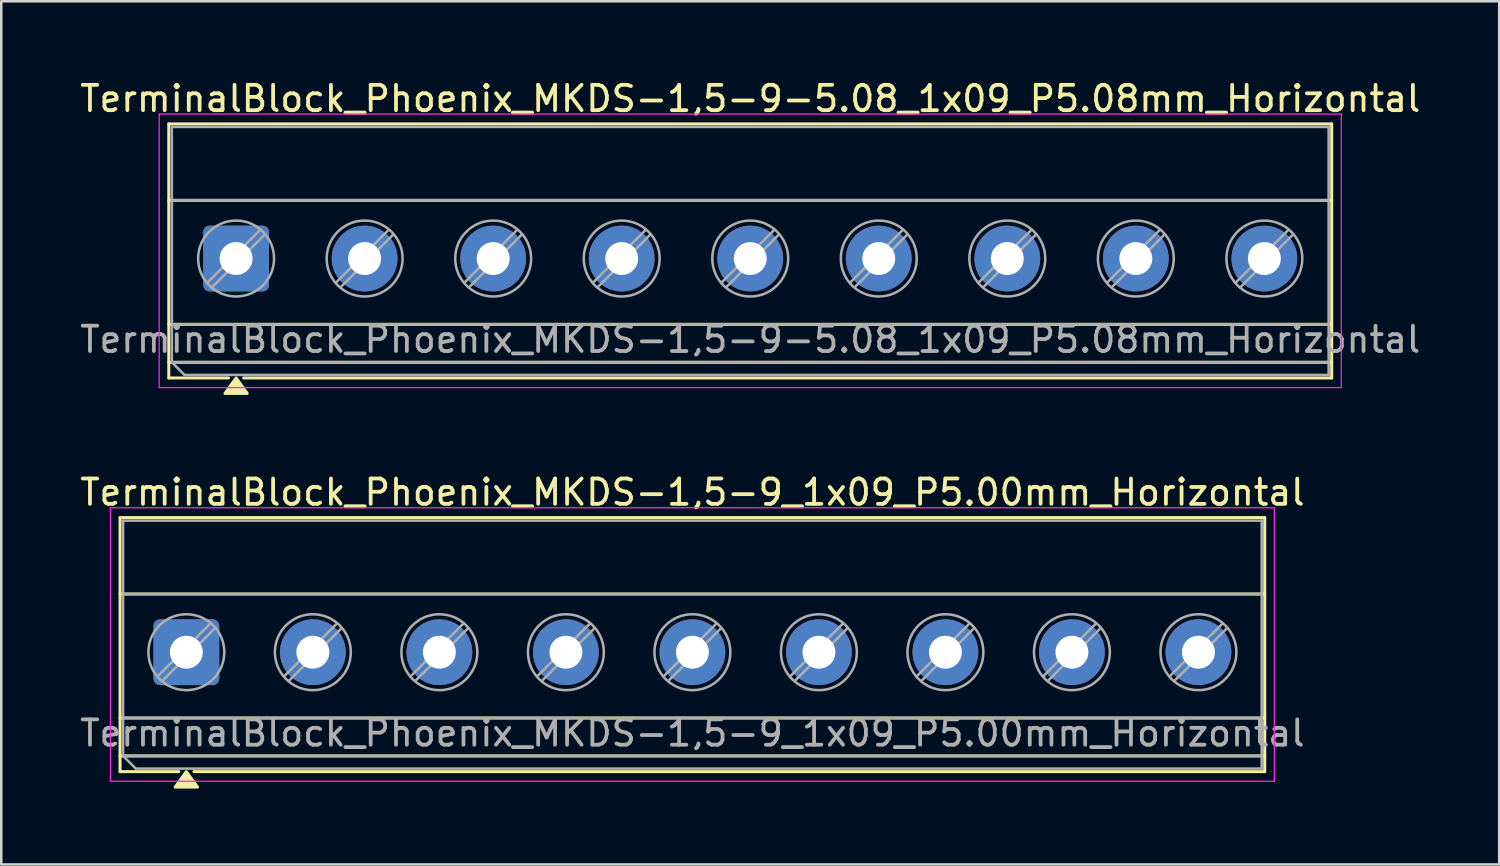
<source format=kicad_pcb>
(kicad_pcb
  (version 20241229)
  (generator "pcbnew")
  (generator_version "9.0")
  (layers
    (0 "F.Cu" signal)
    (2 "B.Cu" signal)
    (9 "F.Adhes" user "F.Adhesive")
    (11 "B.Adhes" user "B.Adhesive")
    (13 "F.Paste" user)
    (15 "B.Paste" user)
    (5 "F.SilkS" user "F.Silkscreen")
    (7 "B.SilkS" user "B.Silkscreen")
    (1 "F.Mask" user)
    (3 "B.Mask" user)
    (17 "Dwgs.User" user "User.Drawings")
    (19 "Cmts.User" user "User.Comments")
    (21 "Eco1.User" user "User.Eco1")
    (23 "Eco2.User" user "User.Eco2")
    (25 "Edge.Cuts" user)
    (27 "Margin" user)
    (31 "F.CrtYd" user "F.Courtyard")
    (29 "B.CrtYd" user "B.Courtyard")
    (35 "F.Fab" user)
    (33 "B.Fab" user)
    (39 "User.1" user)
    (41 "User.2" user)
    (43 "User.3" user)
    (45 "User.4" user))
  (footprint "TerminalBlock_Phoenix_MKDS-1,5-9-5.08_1x09_P5.08mm_Horizontal"
    (layer "F.Cu")
    (at 6.281 7.168)
    (property "Reference" "TerminalBlock_Phoenix_MKDS-1,5-9-5.08_1x09_P5.08mm_Horizontal" (at 20.32 -6.32 0) (layer "F.SilkS") (effects (font (size 1 1) (thickness 0.15))))
    (attr through_hole)
    (fp_line (start -2.66 -5.32) (end -2.66 4.72) (stroke (width 0.12) (type solid)) (layer "F.SilkS"))
    (fp_line (start -2.66 -5.32) (end 43.3 -5.32) (stroke (width 0.12) (type solid)) (layer "F.SilkS"))
    (fp_line (start -2.66 -2.3) (end 43.3 -2.3) (stroke (width 0.12) (type solid)) (layer "F.SilkS"))
    (fp_line (start -2.66 2.6) (end 43.3 2.6) (stroke (width 0.12) (type solid)) (layer "F.SilkS"))
    (fp_line (start -2.66 4.1) (end 43.3 4.1) (stroke (width 0.12) (type solid)) (layer "F.SilkS"))
    (fp_line (start -2.66 4.72) (end -0.3 4.72) (stroke (width 0.12) (type solid)) (layer "F.SilkS"))
    (fp_line (start 0.3 4.72) (end 43.3 4.72) (stroke (width 0.12) (type solid)) (layer "F.SilkS"))
    (fp_line (start 43.3 -5.32) (end 43.3 4.72) (stroke (width 0.12) (type solid)) (layer "F.SilkS"))
    (fp_poly (pts (xy 0 4.72) (xy 0.44 5.33) (xy -0.44 5.33)) (stroke (width 0.12) (type solid)) (fill yes) (layer "F.SilkS"))
    (fp_line (start -3.04 -5.71) (end -3.04 5.1) (stroke (width 0.05) (type solid)) (layer "F.CrtYd"))
    (fp_line (start -3.04 5.1) (end 43.68 5.1) (stroke (width 0.05) (type solid)) (layer "F.CrtYd"))
    (fp_line (start 43.68 -5.71) (end -3.04 -5.71) (stroke (width 0.05) (type solid)) (layer "F.CrtYd"))
    (fp_line (start 43.68 5.1) (end 43.68 -5.71) (stroke (width 0.05) (type solid)) (layer "F.CrtYd"))
    (fp_line (start -2.54 -5.2) (end 43.18 -5.2) (stroke (width 0.1) (type solid)) (layer "F.Fab"))
    (fp_line (start -2.54 -2.3) (end 43.18 -2.3) (stroke (width 0.1) (type solid)) (layer "F.Fab"))
    (fp_line (start -2.54 2.6) (end 43.18 2.6) (stroke (width 0.1) (type solid)) (layer "F.Fab"))
    (fp_line (start -2.54 4.1) (end -2.54 -5.2) (stroke (width 0.1) (type solid)) (layer "F.Fab"))
    (fp_line (start -2.54 4.1) (end 43.18 4.1) (stroke (width 0.1) (type solid)) (layer "F.Fab"))
    (fp_line (start -2.04 4.6) (end -2.54 4.1) (stroke (width 0.1) (type solid)) (layer "F.Fab"))
    (fp_line (start 0.955 -1.138) (end -1.138 0.955) (stroke (width 0.1) (type solid)) (layer "F.Fab"))
    (fp_line (start 1.138 -0.955) (end -0.955 1.138) (stroke (width 0.1) (type solid)) (layer "F.Fab"))
    (fp_line (start 6.035 -1.138) (end 3.942 0.955) (stroke (width 0.1) (type solid)) (layer "F.Fab"))
    (fp_line (start 6.218 -0.955) (end 4.125 1.138) (stroke (width 0.1) (type solid)) (layer "F.Fab"))
    (fp_line (start 11.115 -1.138) (end 9.022 0.955) (stroke (width 0.1) (type solid)) (layer "F.Fab"))
    (fp_line (start 11.298 -0.955) (end 9.205 1.138) (stroke (width 0.1) (type solid)) (layer "F.Fab"))
    (fp_line (start 16.195 -1.138) (end 14.102 0.955) (stroke (width 0.1) (type solid)) (layer "F.Fab"))
    (fp_line (start 16.378 -0.955) (end 14.285 1.138) (stroke (width 0.1) (type solid)) (layer "F.Fab"))
    (fp_line (start 21.275 -1.138) (end 19.182 0.955) (stroke (width 0.1) (type solid)) (layer "F.Fab"))
    (fp_line (start 21.458 -0.955) (end 19.365 1.138) (stroke (width 0.1) (type solid)) (layer "F.Fab"))
    (fp_line (start 26.355 -1.138) (end 24.262 0.955) (stroke (width 0.1) (type solid)) (layer "F.Fab"))
    (fp_line (start 26.538 -0.955) (end 24.445 1.138) (stroke (width 0.1) (type solid)) (layer "F.Fab"))
    (fp_line (start 31.435 -1.138) (end 29.342 0.955) (stroke (width 0.1) (type solid)) (layer "F.Fab"))
    (fp_line (start 31.618 -0.955) (end 29.525 1.138) (stroke (width 0.1) (type solid)) (layer "F.Fab"))
    (fp_line (start 36.515 -1.138) (end 34.422 0.955) (stroke (width 0.1) (type solid)) (layer "F.Fab"))
    (fp_line (start 36.698 -0.955) (end 34.605 1.138) (stroke (width 0.1) (type solid)) (layer "F.Fab"))
    (fp_line (start 41.595 -1.138) (end 39.502 0.955) (stroke (width 0.1) (type solid)) (layer "F.Fab"))
    (fp_line (start 41.778 -0.955) (end 39.685 1.138) (stroke (width 0.1) (type solid)) (layer "F.Fab"))
    (fp_line (start 43.18 -5.2) (end 43.18 4.6) (stroke (width 0.1) (type solid)) (layer "F.Fab"))
    (fp_line (start 43.18 4.6) (end -2.04 4.6) (stroke (width 0.1) (type solid)) (layer "F.Fab"))
    (fp_circle (center 0 0) (end 1.5 0) (stroke (width 0.1) (type solid)) (fill no) (layer "F.Fab"))
    (fp_circle (center 5.08 0) (end 6.58 0) (stroke (width 0.1) (type solid)) (fill no) (layer "F.Fab"))
    (fp_circle (center 10.16 0) (end 11.66 0) (stroke (width 0.1) (type solid)) (fill no) (layer "F.Fab"))
    (fp_circle (center 15.24 0) (end 16.74 0) (stroke (width 0.1) (type solid)) (fill no) (layer "F.Fab"))
    (fp_circle (center 20.32 0) (end 21.82 0) (stroke (width 0.1) (type solid)) (fill no) (layer "F.Fab"))
    (fp_circle (center 25.4 0) (end 26.9 0) (stroke (width 0.1) (type solid)) (fill no) (layer "F.Fab"))
    (fp_circle (center 30.48 0) (end 31.98 0) (stroke (width 0.1) (type solid)) (fill no) (layer "F.Fab"))
    (fp_circle (center 35.56 0) (end 37.06 0) (stroke (width 0.1) (type solid)) (fill no) (layer "F.Fab"))
    (fp_circle (center 40.64 0) (end 42.14 0) (stroke (width 0.1) (type solid)) (fill no) (layer "F.Fab"))
    (fp_text user "${REFERENCE}" (at 20.32 3.2 0) (layer "F.Fab") (effects (font (size 1 1) (thickness 0.15))))
    (pad "1" thru_hole roundrect (at 0 0) (size 2.6 2.6) (drill 1.3) (layers "*.Cu" "*.Mask") (roundrect_rratio 0.096))
    (pad "2" thru_hole circle (at 5.08 0) (size 2.6 2.6) (drill 1.3) (layers "*.Cu" "*.Mask"))
    (pad "3" thru_hole circle (at 10.16 0) (size 2.6 2.6) (drill 1.3) (layers "*.Cu" "*.Mask"))
    (pad "4" thru_hole circle (at 15.24 0) (size 2.6 2.6) (drill 1.3) (layers "*.Cu" "*.Mask"))
    (pad "5" thru_hole circle (at 20.32 0) (size 2.6 2.6) (drill 1.3) (layers "*.Cu" "*.Mask"))
    (pad "6" thru_hole circle (at 25.4 0) (size 2.6 2.6) (drill 1.3) (layers "*.Cu" "*.Mask"))
    (pad "7" thru_hole circle (at 30.48 0) (size 2.6 2.6) (drill 1.3) (layers "*.Cu" "*.Mask"))
    (pad "8" thru_hole circle (at 35.56 0) (size 2.6 2.6) (drill 1.3) (layers "*.Cu" "*.Mask"))
    (pad "9" thru_hole circle (at 40.64 0) (size 2.6 2.6) (drill 1.3) (layers "*.Cu" "*.Mask")))
  (footprint "TerminalBlock_Phoenix_MKDS-1,5-9_1x09_P5.00mm_Horizontal"
    (layer "F.Cu")
    (at 4.315 22.727)
    (property "Reference" "TerminalBlock_Phoenix_MKDS-1,5-9_1x09_P5.00mm_Horizontal" (at 20 -6.32 0) (layer "F.SilkS") (effects (font (size 1 1) (thickness 0.15))))
    (attr through_hole)
    (fp_line (start -2.62 -5.32) (end -2.62 4.72) (stroke (width 0.12) (type solid)) (layer "F.SilkS"))
    (fp_line (start -2.62 -5.32) (end 42.62 -5.32) (stroke (width 0.12) (type solid)) (layer "F.SilkS"))
    (fp_line (start -2.62 -2.3) (end 42.62 -2.3) (stroke (width 0.12) (type solid)) (layer "F.SilkS"))
    (fp_line (start -2.62 2.6) (end 42.62 2.6) (stroke (width 0.12) (type solid)) (layer "F.SilkS"))
    (fp_line (start -2.62 4.1) (end 42.62 4.1) (stroke (width 0.12) (type solid)) (layer "F.SilkS"))
    (fp_line (start -2.62 4.72) (end -0.3 4.72) (stroke (width 0.12) (type solid)) (layer "F.SilkS"))
    (fp_line (start 0.3 4.72) (end 42.62 4.72) (stroke (width 0.12) (type solid)) (layer "F.SilkS"))
    (fp_line (start 42.62 -5.32) (end 42.62 4.72) (stroke (width 0.12) (type solid)) (layer "F.SilkS"))
    (fp_poly (pts (xy 0 4.72) (xy 0.44 5.33) (xy -0.44 5.33)) (stroke (width 0.12) (type solid)) (fill yes) (layer "F.SilkS"))
    (fp_line (start -3 -5.71) (end -3 5.1) (stroke (width 0.05) (type solid)) (layer "F.CrtYd"))
    (fp_line (start -3 5.1) (end 43 5.1) (stroke (width 0.05) (type solid)) (layer "F.CrtYd"))
    (fp_line (start 43 -5.71) (end -3 -5.71) (stroke (width 0.05) (type solid)) (layer "F.CrtYd"))
    (fp_line (start 43 5.1) (end 43 -5.71) (stroke (width 0.05) (type solid)) (layer "F.CrtYd"))
    (fp_line (start -2.5 -5.2) (end 42.5 -5.2) (stroke (width 0.1) (type solid)) (layer "F.Fab"))
    (fp_line (start -2.5 -2.3) (end 42.5 -2.3) (stroke (width 0.1) (type solid)) (layer "F.Fab"))
    (fp_line (start -2.5 2.6) (end 42.5 2.6) (stroke (width 0.1) (type solid)) (layer "F.Fab"))
    (fp_line (start -2.5 4.1) (end -2.5 -5.2) (stroke (width 0.1) (type solid)) (layer "F.Fab"))
    (fp_line (start -2.5 4.1) (end 42.5 4.1) (stroke (width 0.1) (type solid)) (layer "F.Fab"))
    (fp_line (start -2 4.6) (end -2.5 4.1) (stroke (width 0.1) (type solid)) (layer "F.Fab"))
    (fp_line (start 0.955 -1.138) (end -1.138 0.955) (stroke (width 0.1) (type solid)) (layer "F.Fab"))
    (fp_line (start 1.138 -0.955) (end -0.955 1.138) (stroke (width 0.1) (type solid)) (layer "F.Fab"))
    (fp_line (start 5.955 -1.138) (end 3.862 0.955) (stroke (width 0.1) (type solid)) (layer "F.Fab"))
    (fp_line (start 6.138 -0.955) (end 4.045 1.138) (stroke (width 0.1) (type solid)) (layer "F.Fab"))
    (fp_line (start 10.955 -1.138) (end 8.862 0.955) (stroke (width 0.1) (type solid)) (layer "F.Fab"))
    (fp_line (start 11.138 -0.955) (end 9.045 1.138) (stroke (width 0.1) (type solid)) (layer "F.Fab"))
    (fp_line (start 15.955 -1.138) (end 13.862 0.955) (stroke (width 0.1) (type solid)) (layer "F.Fab"))
    (fp_line (start 16.138 -0.955) (end 14.045 1.138) (stroke (width 0.1) (type solid)) (layer "F.Fab"))
    (fp_line (start 20.955 -1.138) (end 18.862 0.955) (stroke (width 0.1) (type solid)) (layer "F.Fab"))
    (fp_line (start 21.138 -0.955) (end 19.045 1.138) (stroke (width 0.1) (type solid)) (layer "F.Fab"))
    (fp_line (start 25.955 -1.138) (end 23.862 0.955) (stroke (width 0.1) (type solid)) (layer "F.Fab"))
    (fp_line (start 26.138 -0.955) (end 24.045 1.138) (stroke (width 0.1) (type solid)) (layer "F.Fab"))
    (fp_line (start 30.955 -1.138) (end 28.862 0.955) (stroke (width 0.1) (type solid)) (layer "F.Fab"))
    (fp_line (start 31.138 -0.955) (end 29.045 1.138) (stroke (width 0.1) (type solid)) (layer "F.Fab"))
    (fp_line (start 35.955 -1.138) (end 33.862 0.955) (stroke (width 0.1) (type solid)) (layer "F.Fab"))
    (fp_line (start 36.138 -0.955) (end 34.045 1.138) (stroke (width 0.1) (type solid)) (layer "F.Fab"))
    (fp_line (start 40.955 -1.138) (end 38.862 0.955) (stroke (width 0.1) (type solid)) (layer "F.Fab"))
    (fp_line (start 41.138 -0.955) (end 39.045 1.138) (stroke (width 0.1) (type solid)) (layer "F.Fab"))
    (fp_line (start 42.5 -5.2) (end 42.5 4.6) (stroke (width 0.1) (type solid)) (layer "F.Fab"))
    (fp_line (start 42.5 4.6) (end -2 4.6) (stroke (width 0.1) (type solid)) (layer "F.Fab"))
    (fp_circle (center 0 0) (end 1.5 0) (stroke (width 0.1) (type solid)) (fill no) (layer "F.Fab"))
    (fp_circle (center 5 0) (end 6.5 0) (stroke (width 0.1) (type solid)) (fill no) (layer "F.Fab"))
    (fp_circle (center 10 0) (end 11.5 0) (stroke (width 0.1) (type solid)) (fill no) (layer "F.Fab"))
    (fp_circle (center 15 0) (end 16.5 0) (stroke (width 0.1) (type solid)) (fill no) (layer "F.Fab"))
    (fp_circle (center 20 0) (end 21.5 0) (stroke (width 0.1) (type solid)) (fill no) (layer "F.Fab"))
    (fp_circle (center 25 0) (end 26.5 0) (stroke (width 0.1) (type solid)) (fill no) (layer "F.Fab"))
    (fp_circle (center 30 0) (end 31.5 0) (stroke (width 0.1) (type solid)) (fill no) (layer "F.Fab"))
    (fp_circle (center 35 0) (end 36.5 0) (stroke (width 0.1) (type solid)) (fill no) (layer "F.Fab"))
    (fp_circle (center 40 0) (end 41.5 0) (stroke (width 0.1) (type solid)) (fill no) (layer "F.Fab"))
    (fp_text user "${REFERENCE}" (at 20 3.2 0) (layer "F.Fab") (effects (font (size 1 1) (thickness 0.15))))
    (pad "1" thru_hole roundrect (at 0 0) (size 2.6 2.6) (drill 1.3) (layers "*.Cu" "*.Mask") (roundrect_rratio 0.096))
    (pad "2" thru_hole circle (at 5 0) (size 2.6 2.6) (drill 1.3) (layers "*.Cu" "*.Mask"))
    (pad "3" thru_hole circle (at 10 0) (size 2.6 2.6) (drill 1.3) (layers "*.Cu" "*.Mask"))
    (pad "4" thru_hole circle (at 15 0) (size 2.6 2.6) (drill 1.3) (layers "*.Cu" "*.Mask"))
    (pad "5" thru_hole circle (at 20 0) (size 2.6 2.6) (drill 1.3) (layers "*.Cu" "*.Mask"))
    (pad "6" thru_hole circle (at 25 0) (size 2.6 2.6) (drill 1.3) (layers "*.Cu" "*.Mask"))
    (pad "7" thru_hole circle (at 30 0) (size 2.6 2.6) (drill 1.3) (layers "*.Cu" "*.Mask"))
    (pad "8" thru_hole circle (at 35 0) (size 2.6 2.6) (drill 1.3) (layers "*.Cu" "*.Mask"))
    (pad "9" thru_hole circle (at 40 0) (size 2.6 2.6) (drill 1.3) (layers "*.Cu" "*.Mask")))
  (gr_rect
    (start -3 -3)
    (end 56.202 31.116)
    (stroke (width 0.1) (type default))
    (fill no)
    (layer "Edge.Cuts")))
</source>
